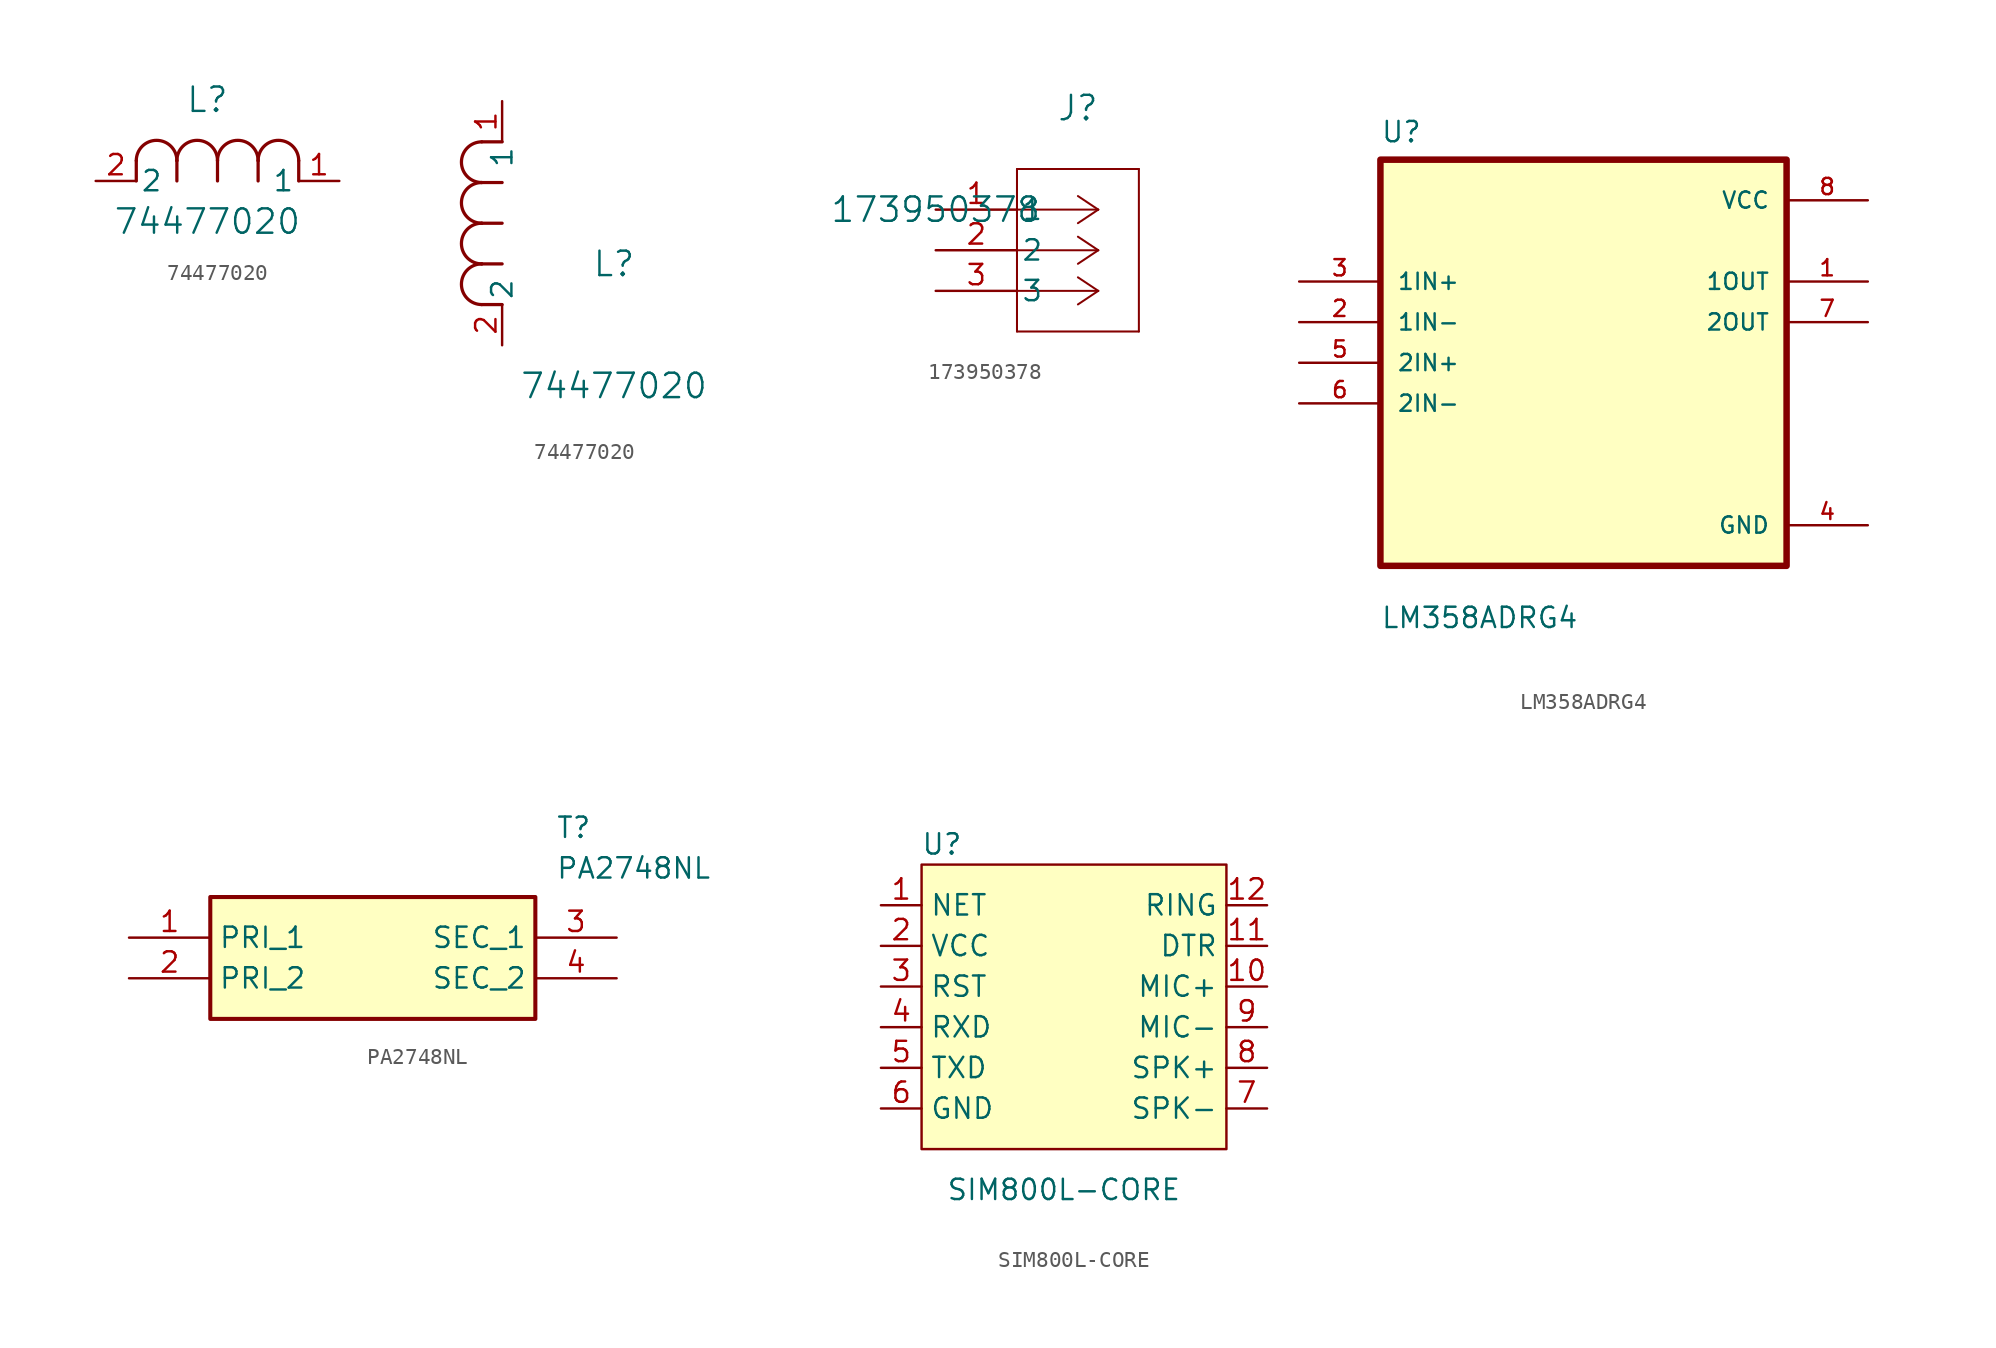
<source format=kicad_sym>
(kicad_symbol_lib
  (version 20220914)
  (generator kicad_symbol_editor)
  (symbol "74477020"
    (pin_names
      (offset 0.254))
    (property "Reference" "L"
      (at 6.985 5.08 0)
      (effects (font (size 1.524 1.524))))
    (property "Value" "74477020"
      (at 6.985 -2.54 0)
      (effects (font (size 1.524 1.524))))
    (symbol "74477020_1_1"
      (polyline (pts (xy 2.54 0) (xy 2.54 1.27)) (stroke (width 0.203) (type default)) (fill (type none)))
      (polyline (pts (xy 5.08 0) (xy 5.08 1.27)) (stroke (width 0.203) (type default)) (fill (type none)))
      (polyline (pts (xy 7.62 0) (xy 7.62 1.27)) (stroke (width 0.203) (type default)) (fill (type none)))
      (polyline (pts (xy 10.16 0) (xy 10.16 1.27)) (stroke (width 0.203) (type default)) (fill (type none)))
      (polyline (pts (xy 12.7 0) (xy 12.7 1.27)) (stroke (width 0.203) (type default)) (fill (type none)))
      (arc (start 5.08 1.27) (mid 3.81 2.5345) (end 2.54 1.27) (stroke (width 0.2032) (type default)) (fill (type none)))
      (arc (start 7.62 1.27) (mid 6.35 2.5345) (end 5.08 1.27) (stroke (width 0.2032) (type default)) (fill (type none)))
      (arc (start 10.16 1.27) (mid 8.89 2.5345) (end 7.62 1.27) (stroke (width 0.2032) (type default)) (fill (type none)))
      (arc (start 12.7 1.27) (mid 11.43 2.5345) (end 10.16 1.27) (stroke (width 0.2032) (type default)) (fill (type none)))
      (pin unspecified line (at 15.24 0 180) (length 2.54) (name "1" (effects (font (size 1.27 1.27)))) (number "1" (effects (font (size 1.27 1.27)))))
      (pin unspecified line (at 0 0 0) (length 2.54) (name "2" (effects (font (size 1.27 1.27)))) (number "2" (effects (font (size 1.27 1.27))))))
    (symbol "74477020_1_2"
      (arc (start -1.27 5.08) (mid -2.5345 3.81) (end -1.27 2.54) (stroke (width 0.2032) (type default)) (fill (type none)))
      (arc (start -1.27 7.62) (mid -2.5345 6.35) (end -1.27 5.08) (stroke (width 0.2032) (type default)) (fill (type none)))
      (arc (start -1.27 10.16) (mid -2.5345 8.89) (end -1.27 7.62) (stroke (width 0.2032) (type default)) (fill (type none)))
      (arc (start -1.27 12.7) (mid -2.5345 11.43) (end -1.27 10.16) (stroke (width 0.2032) (type default)) (fill (type none)))
      (polyline (pts (xy 0 2.54) (xy -1.27 2.54)) (stroke (width 0.203) (type default)) (fill (type none)))
      (polyline (pts (xy 0 5.08) (xy -1.27 5.08)) (stroke (width 0.203) (type default)) (fill (type none)))
      (polyline (pts (xy 0 7.62) (xy -1.27 7.62)) (stroke (width 0.203) (type default)) (fill (type none)))
      (polyline (pts (xy 0 10.16) (xy -1.27 10.16)) (stroke (width 0.203) (type default)) (fill (type none)))
      (polyline (pts (xy 0 12.7) (xy -1.27 12.7)) (stroke (width 0.203) (type default)) (fill (type none)))
      (pin unspecified line (at 0 15.24 270) (length 2.54) (name "1" (effects (font (size 1.27 1.27)))) (number "1" (effects (font (size 1.27 1.27)))))
      (pin unspecified line (at 0 0 90) (length 2.54) (name "2" (effects (font (size 1.27 1.27)))) (number "2" (effects (font (size 1.27 1.27)))))))
  (symbol "173950378"
    (pin_names
      (offset 0.254))
    (property "Reference" "J"
      (at 8.89 6.35 0)
      (effects (font (size 1.524 1.524))))
    (property "Value" "173950378"
      (at 0 0 0)
      (effects (font (size 1.524 1.524))))
    (symbol "173950378_0_1"
      (polyline (pts (xy 5.08 -7.62) (xy 12.7 -7.62)) (stroke (width 0.127) (type default)) (fill (type none)))
      (polyline (pts (xy 5.08 2.54) (xy 5.08 -7.62)) (stroke (width 0.127) (type default)) (fill (type none)))
      (polyline (pts (xy 10.16 -5.08) (xy 5.08 -5.08)) (stroke (width 0.127) (type default)) (fill (type none)))
      (polyline (pts (xy 10.16 -5.08) (xy 8.89 -5.927)) (stroke (width 0.127) (type default)) (fill (type none)))
      (polyline (pts (xy 10.16 -5.08) (xy 8.89 -4.233)) (stroke (width 0.127) (type default)) (fill (type none)))
      (polyline (pts (xy 10.16 -2.54) (xy 5.08 -2.54)) (stroke (width 0.127) (type default)) (fill (type none)))
      (polyline (pts (xy 10.16 -2.54) (xy 8.89 -3.387)) (stroke (width 0.127) (type default)) (fill (type none)))
      (polyline (pts (xy 10.16 -2.54) (xy 8.89 -1.693)) (stroke (width 0.127) (type default)) (fill (type none)))
      (polyline (pts (xy 10.16 0) (xy 5.08 0)) (stroke (width 0.127) (type default)) (fill (type none)))
      (polyline (pts (xy 10.16 0) (xy 8.89 -0.847)) (stroke (width 0.127) (type default)) (fill (type none)))
      (polyline (pts (xy 10.16 0) (xy 8.89 0.847)) (stroke (width 0.127) (type default)) (fill (type none)))
      (polyline (pts (xy 12.7 -7.62) (xy 12.7 2.54)) (stroke (width 0.127) (type default)) (fill (type none)))
      (polyline (pts (xy 12.7 2.54) (xy 5.08 2.54)) (stroke (width 0.127) (type default)) (fill (type none)))
      (pin unspecified line (at 0 0 0) (length 5.08) (name "1" (effects (font (size 1.27 1.27)))) (number "1" (effects (font (size 1.27 1.27)))))
      (pin unspecified line (at 0 -2.54 0) (length 5.08) (name "2" (effects (font (size 1.27 1.27)))) (number "2" (effects (font (size 1.27 1.27)))))
      (pin unspecified line (at 0 -5.08 0) (length 5.08) (name "3" (effects (font (size 1.27 1.27)))) (number "3" (effects (font (size 1.27 1.27)))))))
  (symbol "LM358ADRG4"
    (pin_names
      (offset 1.016))
    (property "Reference" "U"
      (at -12.7 13.691 0)
      (effects (font (size 1.27 1.27)) (justify left bottom)))
    (property "Value" "LM358ADRG4"
      (at -12.7 -16.688 0)
      (effects (font (size 1.27 1.27)) (justify left bottom)))
    (symbol "LM358ADRG4_0_0"
      (rectangle (start -12.7 12.7) (end 12.7 -12.7) (stroke (width 0.406) (type solid)) (fill (type background)))
      (pin output line (at 17.78 5.08 180) (length 5.08) (name "1OUT" (effects (font (size 1.016 1.016)))) (number "1" (effects (font (size 1.016 1.016)))))
      (pin input line (at -17.78 2.54 0) (length 5.08) (name "1IN-" (effects (font (size 1.016 1.016)))) (number "2" (effects (font (size 1.016 1.016)))))
      (pin input line (at -17.78 5.08 0) (length 5.08) (name "1IN+" (effects (font (size 1.016 1.016)))) (number "3" (effects (font (size 1.016 1.016)))))
      (pin power_in line (at 17.78 -10.16 180) (length 5.08) (name "GND" (effects (font (size 1.016 1.016)))) (number "4" (effects (font (size 1.016 1.016)))))
      (pin input line (at -17.78 0 0) (length 5.08) (name "2IN+" (effects (font (size 1.016 1.016)))) (number "5" (effects (font (size 1.016 1.016)))))
      (pin input line (at -17.78 -2.54 0) (length 5.08) (name "2IN-" (effects (font (size 1.016 1.016)))) (number "6" (effects (font (size 1.016 1.016)))))
      (pin output line (at 17.78 2.54 180) (length 5.08) (name "2OUT" (effects (font (size 1.016 1.016)))) (number "7" (effects (font (size 1.016 1.016)))))
      (pin power_in line (at 17.78 10.16 180) (length 5.08) (name "VCC" (effects (font (size 1.016 1.016)))) (number "8" (effects (font (size 1.016 1.016)))))))
  (symbol "PA2748NL"
    (property "Reference" "T"
      (at 26.67 7.62 0)
      (effects (font (size 1.27 1.27)) (justify left top)))
    (property "Value" "PA2748NL"
      (at 26.67 5.08 0)
      (effects (font (size 1.27 1.27)) (justify left top)))
    (symbol "PA2748NL_1_1"
      (rectangle (start 5.08 2.54) (end 25.4 -5.08) (stroke (width 0.254) (type default)) (fill (type background)))
      (pin passive line (at 0 0 0) (length 5.08) (name "PRI_1" (effects (font (size 1.27 1.27)))) (number "1" (effects (font (size 1.27 1.27)))))
      (pin passive line (at 0 -2.54 0) (length 5.08) (name "PRI_2" (effects (font (size 1.27 1.27)))) (number "2" (effects (font (size 1.27 1.27)))))
      (pin passive line (at 30.48 0 180) (length 5.08) (name "SEC_1" (effects (font (size 1.27 1.27)))) (number "3" (effects (font (size 1.27 1.27)))))
      (pin passive line (at 30.48 -2.54 180) (length 5.08) (name "SEC_2" (effects (font (size 1.27 1.27)))) (number "4" (effects (font (size 1.27 1.27)))))))
  (symbol "SIM800L-CORE"
    (property "Reference" "U"
      (at -7.62 8.89 0)
      (effects (font (size 1.27 1.27))))
    (property "Value" "SIM800L-CORE"
      (at 0 -12.7 0)
      (effects (font (size 1.27 1.27))))
    (symbol "SIM800L-CORE_0_1"
      (rectangle (start -8.89 7.62) (end 10.16 -10.16) (stroke (width 0.152) (type default)) (fill (type background))))
    (symbol "SIM800L-CORE_1_1"
      (pin bidirectional line (at -11.43 5.08 0) (length 2.54) (name "NET" (effects (font (size 1.27 1.27)))) (number "1" (effects (font (size 1.27 1.27)))))
      (pin output line (at 12.7 0 180) (length 2.54) (name "MIC+" (effects (font (size 1.27 1.27)))) (number "10" (effects (font (size 1.27 1.27)))))
      (pin passive line (at 12.7 2.54 180) (length 2.54) (name "DTR" (effects (font (size 1.27 1.27)))) (number "11" (effects (font (size 1.27 1.27)))))
      (pin output line (at 12.7 5.08 180) (length 2.54) (name "RING" (effects (font (size 1.27 1.27)))) (number "12" (effects (font (size 1.27 1.27)))))
      (pin power_in line (at -11.43 2.54 0) (length 2.54) (name "VCC" (effects (font (size 1.27 1.27)))) (number "2" (effects (font (size 1.27 1.27)))))
      (pin input line (at -11.43 0 0) (length 2.54) (name "RST" (effects (font (size 1.27 1.27)))) (number "3" (effects (font (size 1.27 1.27)))))
      (pin input line (at -11.43 -2.54 0) (length 2.54) (name "RXD" (effects (font (size 1.27 1.27)))) (number "4" (effects (font (size 1.27 1.27)))))
      (pin output line (at -11.43 -5.08 0) (length 2.54) (name "TXD" (effects (font (size 1.27 1.27)))) (number "5" (effects (font (size 1.27 1.27)))))
      (pin power_in line (at -11.43 -7.62 0) (length 2.54) (name "GND" (effects (font (size 1.27 1.27)))) (number "6" (effects (font (size 1.27 1.27)))))
      (pin output line (at 12.7 -7.62 180) (length 2.54) (name "SPK-" (effects (font (size 1.27 1.27)))) (number "7" (effects (font (size 1.27 1.27)))))
      (pin output line (at 12.7 -5.08 180) (length 2.54) (name "SPK+" (effects (font (size 1.27 1.27)))) (number "8" (effects (font (size 1.27 1.27)))))
      (pin output line (at 12.7 -2.54 180) (length 2.54) (name "MIC-" (effects (font (size 1.27 1.27)))) (number "9" (effects (font (size 1.27 1.27))))))))
</source>
